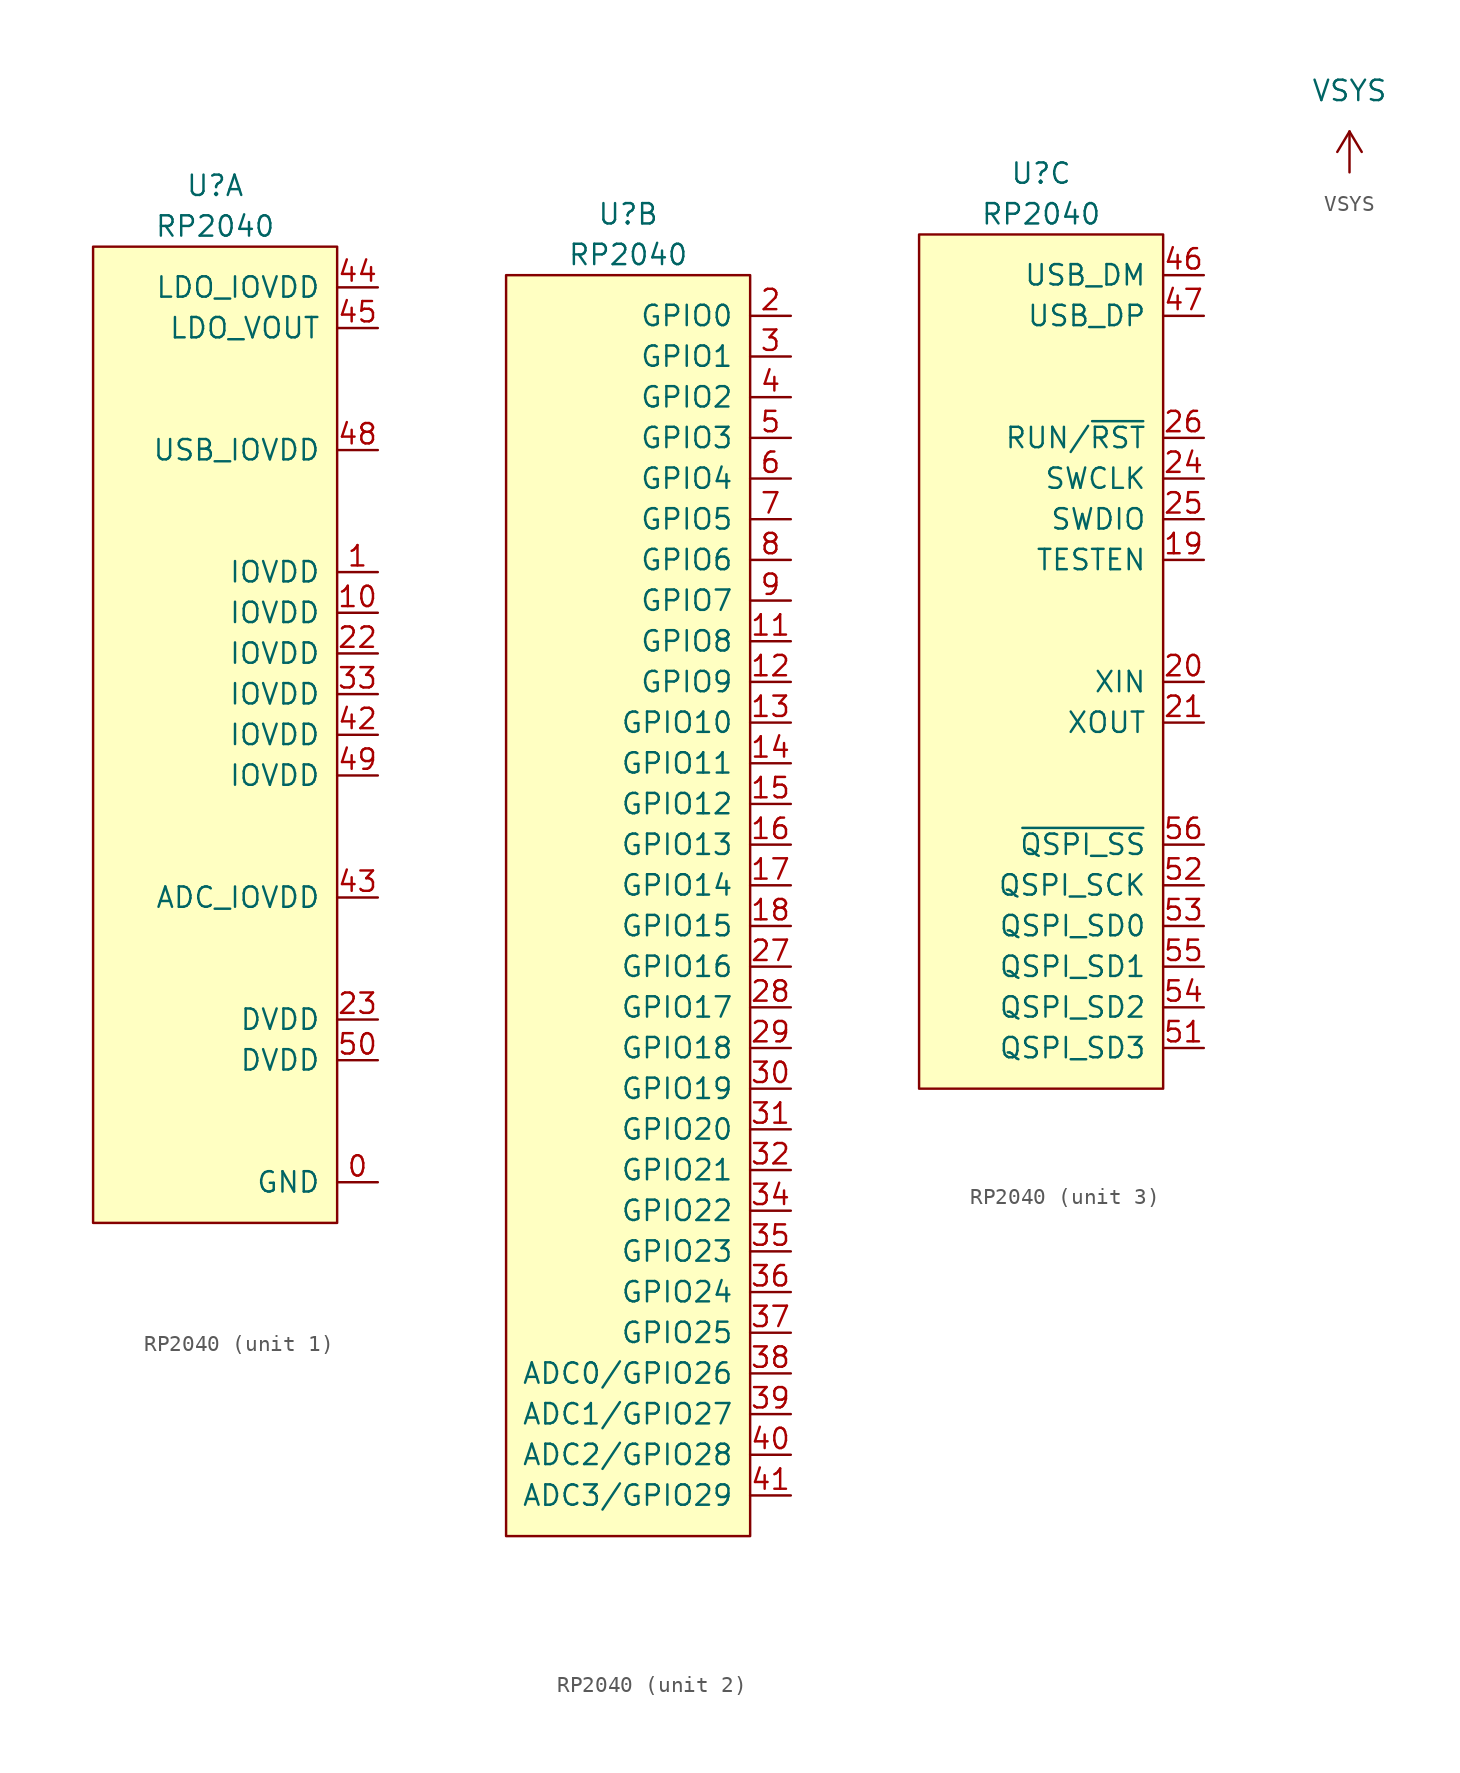
<source format=kicad_sym>
(kicad_symbol_lib
  (version 20211014)
  (generator kicad_symbol_editor)
  (symbol "RP2040"
    (pin_names
      (offset 1.016))
    (property "Reference" "U"
      (at 0 3.81 0)
      (effects (font (size 1.27 1.27))))
    (property "Value" "RP2040"
      (at 0 1.27 0)
      (effects (font (size 1.27 1.27))))
    (property "ki_locked" ""
      (at 0 0 0)
      (effects (font (size 1.27 1.27))))
    (symbol "RP2040_1_1"
      (rectangle (start -7.62 0) (end 7.62 -60.96) (stroke (width 0) (type default) (color 0 0 0 0)) (fill (type background)))
      (pin passive line (at 10.16 -58.42 180) (length 2.54) (name "GND" (effects (font (size 1.27 1.27)))) (number "0" (effects (font (size 1.27 1.27)))))
      (pin power_in line (at 10.16 -20.32 180) (length 2.54) (name "IOVDD" (effects (font (size 1.27 1.27)))) (number "1" (effects (font (size 1.27 1.27)))))
      (pin power_in line (at 10.16 -22.86 180) (length 2.54) (name "IOVDD" (effects (font (size 1.27 1.27)))) (number "10" (effects (font (size 1.27 1.27)))))
      (pin power_in line (at 10.16 -25.4 180) (length 2.54) (name "IOVDD" (effects (font (size 1.27 1.27)))) (number "22" (effects (font (size 1.27 1.27)))))
      (pin power_in line (at 10.16 -48.26 180) (length 2.54) (name "DVDD" (effects (font (size 1.27 1.27)))) (number "23" (effects (font (size 1.27 1.27)))))
      (pin power_in line (at 10.16 -27.94 180) (length 2.54) (name "IOVDD" (effects (font (size 1.27 1.27)))) (number "33" (effects (font (size 1.27 1.27)))))
      (pin power_in line (at 10.16 -30.48 180) (length 2.54) (name "IOVDD" (effects (font (size 1.27 1.27)))) (number "42" (effects (font (size 1.27 1.27)))))
      (pin power_in line (at 10.16 -40.64 180) (length 2.54) (name "ADC_IOVDD" (effects (font (size 1.27 1.27)))) (number "43" (effects (font (size 1.27 1.27)))))
      (pin power_in line (at 10.16 -2.54 180) (length 2.54) (name "LDO_IOVDD" (effects (font (size 1.27 1.27)))) (number "44" (effects (font (size 1.27 1.27)))))
      (pin power_out line (at 10.16 -5.08 180) (length 2.54) (name "LDO_VOUT" (effects (font (size 1.27 1.27)))) (number "45" (effects (font (size 1.27 1.27)))))
      (pin power_in line (at 10.16 -12.7 180) (length 2.54) (name "USB_IOVDD" (effects (font (size 1.27 1.27)))) (number "48" (effects (font (size 1.27 1.27)))))
      (pin power_in line (at 10.16 -33.02 180) (length 2.54) (name "IOVDD" (effects (font (size 1.27 1.27)))) (number "49" (effects (font (size 1.27 1.27)))))
      (pin power_in line (at 10.16 -50.8 180) (length 2.54) (name "DVDD" (effects (font (size 1.27 1.27)))) (number "50" (effects (font (size 1.27 1.27))))))
    (symbol "RP2040_2_1"
      (rectangle (start 7.62 0) (end -7.62 -78.74) (stroke (width 0) (type default) (color 0 0 0 0)) (fill (type background)))
      (pin bidirectional line (at 10.16 -22.86 180) (length 2.54) (name "GPIO8" (effects (font (size 1.27 1.27)))) (number "11" (effects (font (size 1.27 1.27)))))
      (pin bidirectional line (at 10.16 -25.4 180) (length 2.54) (name "GPIO9" (effects (font (size 1.27 1.27)))) (number "12" (effects (font (size 1.27 1.27)))))
      (pin bidirectional line (at 10.16 -27.94 180) (length 2.54) (name "GPIO10" (effects (font (size 1.27 1.27)))) (number "13" (effects (font (size 1.27 1.27)))))
      (pin bidirectional line (at 10.16 -30.48 180) (length 2.54) (name "GPIO11" (effects (font (size 1.27 1.27)))) (number "14" (effects (font (size 1.27 1.27)))))
      (pin bidirectional line (at 10.16 -33.02 180) (length 2.54) (name "GPIO12" (effects (font (size 1.27 1.27)))) (number "15" (effects (font (size 1.27 1.27)))))
      (pin bidirectional line (at 10.16 -35.56 180) (length 2.54) (name "GPIO13" (effects (font (size 1.27 1.27)))) (number "16" (effects (font (size 1.27 1.27)))))
      (pin bidirectional line (at 10.16 -38.1 180) (length 2.54) (name "GPIO14" (effects (font (size 1.27 1.27)))) (number "17" (effects (font (size 1.27 1.27)))))
      (pin bidirectional line (at 10.16 -40.64 180) (length 2.54) (name "GPIO15" (effects (font (size 1.27 1.27)))) (number "18" (effects (font (size 1.27 1.27)))))
      (pin bidirectional line (at 10.16 -2.54 180) (length 2.54) (name "GPIO0" (effects (font (size 1.27 1.27)))) (number "2" (effects (font (size 1.27 1.27)))))
      (pin bidirectional line (at 10.16 -43.18 180) (length 2.54) (name "GPIO16" (effects (font (size 1.27 1.27)))) (number "27" (effects (font (size 1.27 1.27)))))
      (pin bidirectional line (at 10.16 -45.72 180) (length 2.54) (name "GPIO17" (effects (font (size 1.27 1.27)))) (number "28" (effects (font (size 1.27 1.27)))))
      (pin bidirectional line (at 10.16 -48.26 180) (length 2.54) (name "GPIO18" (effects (font (size 1.27 1.27)))) (number "29" (effects (font (size 1.27 1.27)))))
      (pin bidirectional line (at 10.16 -5.08 180) (length 2.54) (name "GPIO1" (effects (font (size 1.27 1.27)))) (number "3" (effects (font (size 1.27 1.27)))))
      (pin bidirectional line (at 10.16 -50.8 180) (length 2.54) (name "GPIO19" (effects (font (size 1.27 1.27)))) (number "30" (effects (font (size 1.27 1.27)))))
      (pin bidirectional line (at 10.16 -53.34 180) (length 2.54) (name "GPIO20" (effects (font (size 1.27 1.27)))) (number "31" (effects (font (size 1.27 1.27)))))
      (pin bidirectional line (at 10.16 -55.88 180) (length 2.54) (name "GPIO21" (effects (font (size 1.27 1.27)))) (number "32" (effects (font (size 1.27 1.27)))))
      (pin bidirectional line (at 10.16 -58.42 180) (length 2.54) (name "GPIO22" (effects (font (size 1.27 1.27)))) (number "34" (effects (font (size 1.27 1.27)))))
      (pin bidirectional line (at 10.16 -60.96 180) (length 2.54) (name "GPIO23" (effects (font (size 1.27 1.27)))) (number "35" (effects (font (size 1.27 1.27)))))
      (pin bidirectional line (at 10.16 -63.5 180) (length 2.54) (name "GPIO24" (effects (font (size 1.27 1.27)))) (number "36" (effects (font (size 1.27 1.27)))))
      (pin bidirectional line (at 10.16 -66.04 180) (length 2.54) (name "GPIO25" (effects (font (size 1.27 1.27)))) (number "37" (effects (font (size 1.27 1.27)))))
      (pin bidirectional line (at 10.16 -68.58 180) (length 2.54) (name "ADC0/GPIO26" (effects (font (size 1.27 1.27)))) (number "38" (effects (font (size 1.27 1.27)))))
      (pin bidirectional line (at 10.16 -71.12 180) (length 2.54) (name "ADC1/GPIO27" (effects (font (size 1.27 1.27)))) (number "39" (effects (font (size 1.27 1.27)))))
      (pin bidirectional line (at 10.16 -7.62 180) (length 2.54) (name "GPIO2" (effects (font (size 1.27 1.27)))) (number "4" (effects (font (size 1.27 1.27)))))
      (pin bidirectional line (at 10.16 -73.66 180) (length 2.54) (name "ADC2/GPIO28" (effects (font (size 1.27 1.27)))) (number "40" (effects (font (size 1.27 1.27)))))
      (pin bidirectional line (at 10.16 -76.2 180) (length 2.54) (name "ADC3/GPIO29" (effects (font (size 1.27 1.27)))) (number "41" (effects (font (size 1.27 1.27)))))
      (pin bidirectional line (at 10.16 -10.16 180) (length 2.54) (name "GPIO3" (effects (font (size 1.27 1.27)))) (number "5" (effects (font (size 1.27 1.27)))))
      (pin bidirectional line (at 10.16 -12.7 180) (length 2.54) (name "GPIO4" (effects (font (size 1.27 1.27)))) (number "6" (effects (font (size 1.27 1.27)))))
      (pin bidirectional line (at 10.16 -15.24 180) (length 2.54) (name "GPIO5" (effects (font (size 1.27 1.27)))) (number "7" (effects (font (size 1.27 1.27)))))
      (pin bidirectional line (at 10.16 -17.78 180) (length 2.54) (name "GPIO6" (effects (font (size 1.27 1.27)))) (number "8" (effects (font (size 1.27 1.27)))))
      (pin bidirectional line (at 10.16 -20.32 180) (length 2.54) (name "GPIO7" (effects (font (size 1.27 1.27)))) (number "9" (effects (font (size 1.27 1.27))))))
    (symbol "RP2040_3_1"
      (rectangle (start 7.62 0) (end -7.62 -53.34) (stroke (width 0) (type default) (color 0 0 0 0)) (fill (type background)))
      (pin input line (at 10.16 -20.32 180) (length 2.54) (name "TESTEN" (effects (font (size 1.27 1.27)))) (number "19" (effects (font (size 1.27 1.27)))))
      (pin input line (at 10.16 -27.94 180) (length 2.54) (name "XIN" (effects (font (size 1.27 1.27)))) (number "20" (effects (font (size 1.27 1.27)))))
      (pin output line (at 10.16 -30.48 180) (length 2.54) (name "XOUT" (effects (font (size 1.27 1.27)))) (number "21" (effects (font (size 1.27 1.27)))))
      (pin input line (at 10.16 -15.24 180) (length 2.54) (name "SWCLK" (effects (font (size 1.27 1.27)))) (number "24" (effects (font (size 1.27 1.27)))))
      (pin bidirectional line (at 10.16 -17.78 180) (length 2.54) (name "SWDIO" (effects (font (size 1.27 1.27)))) (number "25" (effects (font (size 1.27 1.27)))))
      (pin input line (at 10.16 -12.7 180) (length 2.54) (name "RUN/~{RST}" (effects (font (size 1.27 1.27)))) (number "26" (effects (font (size 1.27 1.27)))))
      (pin bidirectional line (at 10.16 -2.54 180) (length 2.54) (name "USB_DM" (effects (font (size 1.27 1.27)))) (number "46" (effects (font (size 1.27 1.27)))))
      (pin bidirectional line (at 10.16 -5.08 180) (length 2.54) (name "USB_DP" (effects (font (size 1.27 1.27)))) (number "47" (effects (font (size 1.27 1.27)))))
      (pin bidirectional line (at 10.16 -50.8 180) (length 2.54) (name "QSPI_SD3" (effects (font (size 1.27 1.27)))) (number "51" (effects (font (size 1.27 1.27)))))
      (pin output line (at 10.16 -40.64 180) (length 2.54) (name "QSPI_SCK" (effects (font (size 1.27 1.27)))) (number "52" (effects (font (size 1.27 1.27)))))
      (pin bidirectional line (at 10.16 -43.18 180) (length 2.54) (name "QSPI_SD0" (effects (font (size 1.27 1.27)))) (number "53" (effects (font (size 1.27 1.27)))))
      (pin bidirectional line (at 10.16 -48.26 180) (length 2.54) (name "QSPI_SD2" (effects (font (size 1.27 1.27)))) (number "54" (effects (font (size 1.27 1.27)))))
      (pin bidirectional line (at 10.16 -45.72 180) (length 2.54) (name "QSPI_SD1" (effects (font (size 1.27 1.27)))) (number "55" (effects (font (size 1.27 1.27)))))
      (pin bidirectional line (at 10.16 -38.1 180) (length 2.54) (name "~{QSPI_SS}" (effects (font (size 1.27 1.27)))) (number "56" (effects (font (size 1.27 1.27)))))))
  (symbol "VSYS"
    (power)
    (pin_names
      (offset 0))
    (property "Reference" "#PWR?"
      (at 0 -3.81 0)
      (effects (font (size 1.27 1.27)) hide))
    (property "Value" "VSYS"
      (at 0 5.08 0)
      (effects (font (size 1.27 1.27))))
    (symbol "VSYS_0_1"
      (polyline (pts (xy -0.762 1.27) (xy 0 2.54)) (stroke (width 0) (type default) (color 0 0 0 0)) (fill (type none)))
      (polyline (pts (xy 0 0) (xy 0 2.54)) (stroke (width 0) (type default) (color 0 0 0 0)) (fill (type none)))
      (polyline (pts (xy 0 2.54) (xy 0.762 1.27)) (stroke (width 0) (type default) (color 0 0 0 0)) (fill (type none))))
    (symbol "VSYS_1_1"
      (pin power_in line (at 0 0 90) (length 0) hide (name "VSYS" (effects (font (size 1.27 1.27)))) (number "1" (effects (font (size 1.27 1.27))))))))
</source>
